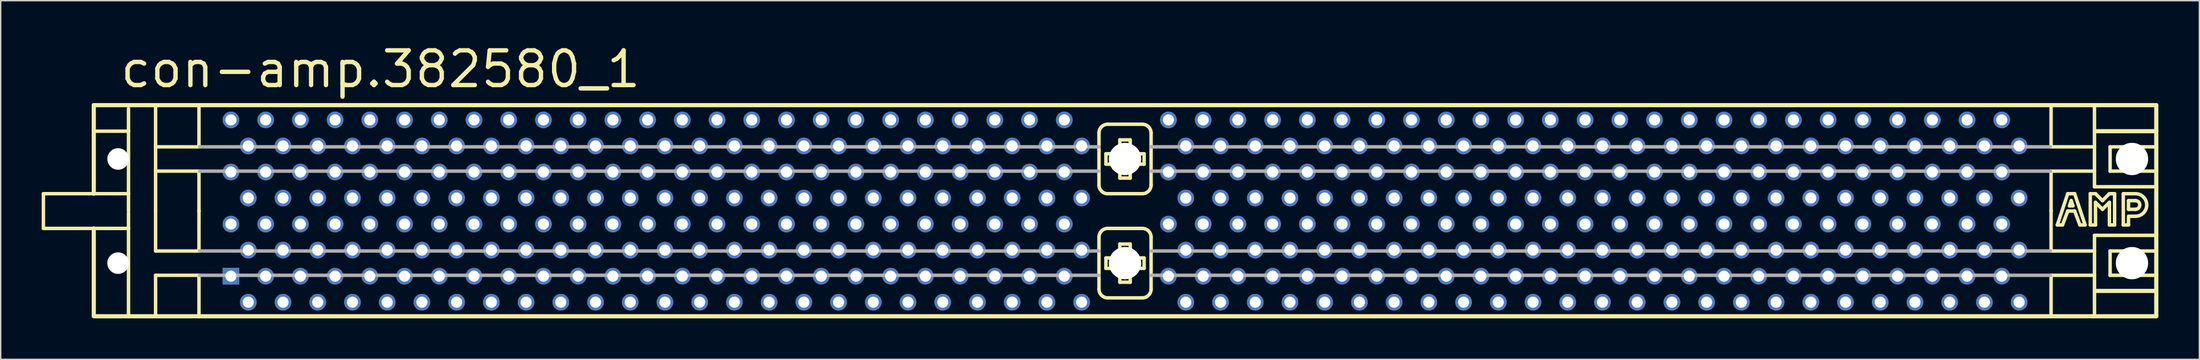
<source format=kicad_pcb>
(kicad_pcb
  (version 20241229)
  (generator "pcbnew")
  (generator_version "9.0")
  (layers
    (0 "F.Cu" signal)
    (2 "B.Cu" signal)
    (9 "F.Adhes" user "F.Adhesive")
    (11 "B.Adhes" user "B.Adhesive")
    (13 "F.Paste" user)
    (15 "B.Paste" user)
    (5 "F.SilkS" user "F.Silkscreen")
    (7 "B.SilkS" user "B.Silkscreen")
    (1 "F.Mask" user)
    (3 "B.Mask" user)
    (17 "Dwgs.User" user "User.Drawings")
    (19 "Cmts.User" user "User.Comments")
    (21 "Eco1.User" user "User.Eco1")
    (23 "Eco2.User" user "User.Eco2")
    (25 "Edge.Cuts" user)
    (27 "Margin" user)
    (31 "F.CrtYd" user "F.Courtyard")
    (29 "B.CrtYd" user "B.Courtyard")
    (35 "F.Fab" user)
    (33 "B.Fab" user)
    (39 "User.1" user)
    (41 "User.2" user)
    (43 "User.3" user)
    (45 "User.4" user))
  (footprint "con-amp.382580_1"
    (layer "F.Cu")
    (at 79.248 12.39)
    (property "Reference" "con-amp.382580_1" (at -73.66 -8.89 0) (layer "F.SilkS") (effects (font (size 2.54 2.54) (thickness 0.32)) (justify left bottom)))
    (attr through_hole)
    (fp_line (start -79.121 -1.27) (end -79.121 1.27) (stroke (width 0.254) (type default)) (layer "F.SilkS"))
    (fp_line (start -79.121 1.27) (end -75.438 1.27) (stroke (width 0.254) (type default)) (layer "F.SilkS"))
    (fp_line (start -75.438 -7.747) (end -75.438 -1.27) (stroke (width 0.305) (type default)) (layer "F.SilkS"))
    (fp_line (start -75.438 -7.747) (end 75.438 -7.747) (stroke (width 0.305) (type default)) (layer "F.SilkS"))
    (fp_line (start -75.438 -1.27) (end -79.121 -1.27) (stroke (width 0.254) (type default)) (layer "F.SilkS"))
    (fp_line (start -75.438 -1.27) (end -72.898 -1.27) (stroke (width 0.254) (type default)) (layer "F.SilkS"))
    (fp_line (start -75.438 1.27) (end -75.438 7.62) (stroke (width 0.305) (type default)) (layer "F.SilkS"))
    (fp_line (start -75.438 1.27) (end -72.898 1.27) (stroke (width 0.254) (type default)) (layer "F.SilkS"))
    (fp_line (start -75.311 -5.842) (end -72.898 -5.842) (stroke (width 0.254) (type default)) (layer "F.SilkS"))
    (fp_line (start -72.898 -7.493) (end -72.898 -5.842) (stroke (width 0.254) (type default)) (layer "F.SilkS"))
    (fp_line (start -72.898 -5.842) (end -72.898 -1.27) (stroke (width 0.254) (type default)) (layer "F.SilkS"))
    (fp_line (start -72.898 -1.27) (end -72.898 0) (stroke (width 0.254) (type default)) (layer "F.SilkS"))
    (fp_line (start -72.898 0.127) (end -72.898 1.27) (stroke (width 0.254) (type default)) (layer "F.SilkS"))
    (fp_line (start -72.898 1.27) (end -72.898 7.62) (stroke (width 0.254) (type default)) (layer "F.SilkS"))
    (fp_line (start -70.917 -7.671) (end -70.917 -4.699) (stroke (width 0.254) (type default)) (layer "F.SilkS"))
    (fp_line (start -70.917 -4.699) (end -70.917 -2.921) (stroke (width 0.254) (type default)) (layer "F.SilkS"))
    (fp_line (start -70.917 -4.699) (end -67.818 -4.699) (stroke (width 0.254) (type default)) (layer "F.SilkS"))
    (fp_line (start -70.917 -2.921) (end -70.917 0) (stroke (width 0.254) (type default)) (layer "F.SilkS"))
    (fp_line (start -70.917 -2.921) (end -67.818 -2.921) (stroke (width 0.254) (type default)) (layer "F.SilkS"))
    (fp_line (start -70.917 -0.051) (end -70.917 0) (stroke (width 0.254) (type default)) (layer "F.SilkS"))
    (fp_line (start -70.917 0) (end -70.917 2.921) (stroke (width 0.254) (type default)) (layer "F.SilkS"))
    (fp_line (start -70.917 2.921) (end -67.818 2.921) (stroke (width 0.254) (type default)) (layer "F.SilkS"))
    (fp_line (start -70.917 4.699) (end -70.917 7.62) (stroke (width 0.254) (type default)) (layer "F.SilkS"))
    (fp_line (start -70.917 4.699) (end -67.818 4.699) (stroke (width 0.254) (type default)) (layer "F.SilkS"))
    (fp_line (start -67.742 -7.671) (end -67.742 -4.699) (stroke (width 0.254) (type default)) (layer "F.SilkS"))
    (fp_line (start -67.742 -2.921) (end -67.742 0) (stroke (width 0.254) (type default)) (layer "F.SilkS"))
    (fp_line (start -67.742 -0.051) (end -67.742 0) (stroke (width 0.254) (type default)) (layer "F.SilkS"))
    (fp_line (start -67.742 0) (end -67.742 2.921) (stroke (width 0.254) (type default)) (layer "F.SilkS"))
    (fp_line (start -67.742 4.699) (end -67.742 7.62) (stroke (width 0.254) (type default)) (layer "F.SilkS"))
    (fp_line (start -1.905 -5.715) (end -1.905 -1.905) (stroke (width 0.254) (type default)) (layer "F.SilkS"))
    (fp_line (start -1.905 1.905) (end -1.905 5.715) (stroke (width 0.254) (type default)) (layer "F.SilkS"))
    (fp_line (start -1.397 -4.191) (end -1.397 -3.429) (stroke (width 0.254) (type default)) (layer "F.SilkS"))
    (fp_line (start -1.397 -3.429) (end -0.381 -3.429) (stroke (width 0.254) (type default)) (layer "F.SilkS"))
    (fp_line (start -1.397 3.429) (end -1.397 4.191) (stroke (width 0.254) (type default)) (layer "F.SilkS"))
    (fp_line (start -1.397 4.191) (end -0.381 4.191) (stroke (width 0.254) (type default)) (layer "F.SilkS"))
    (fp_line (start -1.27 -1.27) (end 1.27 -1.27) (stroke (width 0.254) (type default)) (layer "F.SilkS"))
    (fp_line (start -1.27 6.35) (end 1.27 6.35) (stroke (width 0.254) (type default)) (layer "F.SilkS"))
    (fp_line (start -0.381 -5.207) (end -0.381 -4.191) (stroke (width 0.254) (type default)) (layer "F.SilkS"))
    (fp_line (start -0.381 -4.191) (end -1.397 -4.191) (stroke (width 0.254) (type default)) (layer "F.SilkS"))
    (fp_line (start -0.381 -3.429) (end -0.381 -2.413) (stroke (width 0.254) (type default)) (layer "F.SilkS"))
    (fp_line (start -0.381 -2.413) (end 0.381 -2.413) (stroke (width 0.254) (type default)) (layer "F.SilkS"))
    (fp_line (start -0.381 2.413) (end -0.381 3.429) (stroke (width 0.254) (type default)) (layer "F.SilkS"))
    (fp_line (start -0.381 3.429) (end -1.397 3.429) (stroke (width 0.254) (type default)) (layer "F.SilkS"))
    (fp_line (start -0.381 4.191) (end -0.381 5.207) (stroke (width 0.254) (type default)) (layer "F.SilkS"))
    (fp_line (start -0.381 5.207) (end 0.381 5.207) (stroke (width 0.254) (type default)) (layer "F.SilkS"))
    (fp_line (start 0.381 -5.207) (end -0.381 -5.207) (stroke (width 0.254) (type default)) (layer "F.SilkS"))
    (fp_line (start 0.381 -4.191) (end 0.381 -5.207) (stroke (width 0.254) (type default)) (layer "F.SilkS"))
    (fp_line (start 0.381 -3.429) (end 1.397 -3.429) (stroke (width 0.254) (type default)) (layer "F.SilkS"))
    (fp_line (start 0.381 -2.413) (end 0.381 -3.429) (stroke (width 0.254) (type default)) (layer "F.SilkS"))
    (fp_line (start 0.381 2.413) (end -0.381 2.413) (stroke (width 0.254) (type default)) (layer "F.SilkS"))
    (fp_line (start 0.381 3.429) (end 0.381 2.413) (stroke (width 0.254) (type default)) (layer "F.SilkS"))
    (fp_line (start 0.381 4.191) (end 1.397 4.191) (stroke (width 0.254) (type default)) (layer "F.SilkS"))
    (fp_line (start 0.381 5.207) (end 0.381 4.191) (stroke (width 0.254) (type default)) (layer "F.SilkS"))
    (fp_line (start 1.27 -6.35) (end -1.27 -6.35) (stroke (width 0.254) (type default)) (layer "F.SilkS"))
    (fp_line (start 1.27 1.27) (end -1.27 1.27) (stroke (width 0.254) (type default)) (layer "F.SilkS"))
    (fp_line (start 1.397 -4.191) (end 0.381 -4.191) (stroke (width 0.254) (type default)) (layer "F.SilkS"))
    (fp_line (start 1.397 -3.429) (end 1.397 -4.191) (stroke (width 0.254) (type default)) (layer "F.SilkS"))
    (fp_line (start 1.397 3.429) (end 0.381 3.429) (stroke (width 0.254) (type default)) (layer "F.SilkS"))
    (fp_line (start 1.397 4.191) (end 1.397 3.429) (stroke (width 0.254) (type default)) (layer "F.SilkS"))
    (fp_line (start 1.905 -1.905) (end 1.905 -5.715) (stroke (width 0.254) (type default)) (layer "F.SilkS"))
    (fp_line (start 1.905 5.715) (end 1.905 1.905) (stroke (width 0.254) (type default)) (layer "F.SilkS"))
    (fp_line (start 67.742 -7.671) (end 67.742 -4.699) (stroke (width 0.254) (type default)) (layer "F.SilkS"))
    (fp_line (start 67.742 -2.921) (end 67.742 0) (stroke (width 0.254) (type default)) (layer "F.SilkS"))
    (fp_line (start 67.742 -0.051) (end 67.742 0) (stroke (width 0.254) (type default)) (layer "F.SilkS"))
    (fp_line (start 67.742 0) (end 67.742 2.921) (stroke (width 0.254) (type default)) (layer "F.SilkS"))
    (fp_line (start 67.742 4.699) (end 67.742 7.62) (stroke (width 0.254) (type default)) (layer "F.SilkS"))
    (fp_line (start 68.199 1.016) (end 68.961 -1.27) (stroke (width 0.254) (type default)) (layer "F.SilkS"))
    (fp_line (start 68.58 1.016) (end 68.199 1.016) (stroke (width 0.254) (type default)) (layer "F.SilkS"))
    (fp_line (start 68.961 -1.27) (end 69.469 -1.27) (stroke (width 0.254) (type default)) (layer "F.SilkS"))
    (fp_line (start 68.961 0) (end 68.58 1.016) (stroke (width 0.254) (type default)) (layer "F.SilkS"))
    (fp_line (start 69.088 -0.381) (end 69.342 -0.381) (stroke (width 0.254) (type default)) (layer "F.SilkS"))
    (fp_line (start 69.215 -0.762) (end 69.088 -0.381) (stroke (width 0.254) (type default)) (layer "F.SilkS"))
    (fp_line (start 69.342 -0.381) (end 69.215 -0.762) (stroke (width 0.254) (type default)) (layer "F.SilkS"))
    (fp_line (start 69.469 -1.27) (end 70.231 1.016) (stroke (width 0.254) (type default)) (layer "F.SilkS"))
    (fp_line (start 69.469 0) (end 68.961 0) (stroke (width 0.254) (type default)) (layer "F.SilkS"))
    (fp_line (start 69.85 1.016) (end 69.469 0) (stroke (width 0.254) (type default)) (layer "F.SilkS"))
    (fp_line (start 70.231 1.016) (end 69.85 1.016) (stroke (width 0.254) (type default)) (layer "F.SilkS"))
    (fp_line (start 70.612 -1.27) (end 70.993 -1.27) (stroke (width 0.254) (type default)) (layer "F.SilkS"))
    (fp_line (start 70.612 1.016) (end 70.612 -1.27) (stroke (width 0.254) (type default)) (layer "F.SilkS"))
    (fp_line (start 70.917 -7.671) (end 70.917 -4.699) (stroke (width 0.254) (type default)) (layer "F.SilkS"))
    (fp_line (start 70.917 -4.699) (end 67.818 -4.699) (stroke (width 0.254) (type default)) (layer "F.SilkS"))
    (fp_line (start 70.917 -4.699) (end 70.917 -2.921) (stroke (width 0.254) (type default)) (layer "F.SilkS"))
    (fp_line (start 70.917 -2.921) (end 67.818 -2.921) (stroke (width 0.254) (type default)) (layer "F.SilkS"))
    (fp_line (start 70.917 -2.921) (end 70.917 -1.778) (stroke (width 0.254) (type default)) (layer "F.SilkS"))
    (fp_line (start 70.917 1.778) (end 70.917 2.921) (stroke (width 0.254) (type default)) (layer "F.SilkS"))
    (fp_line (start 70.917 2.921) (end 67.818 2.921) (stroke (width 0.254) (type default)) (layer "F.SilkS"))
    (fp_line (start 70.917 2.921) (end 70.917 4.699) (stroke (width 0.254) (type default)) (layer "F.SilkS"))
    (fp_line (start 70.917 4.699) (end 67.818 4.699) (stroke (width 0.254) (type default)) (layer "F.SilkS"))
    (fp_line (start 70.917 4.699) (end 70.917 7.62) (stroke (width 0.254) (type default)) (layer "F.SilkS"))
    (fp_line (start 70.993 -1.27) (end 71.501 -0.762) (stroke (width 0.254) (type default)) (layer "F.SilkS"))
    (fp_line (start 70.993 -0.635) (end 70.993 1.016) (stroke (width 0.254) (type default)) (layer "F.SilkS"))
    (fp_line (start 70.993 1.016) (end 70.612 1.016) (stroke (width 0.254) (type default)) (layer "F.SilkS"))
    (fp_line (start 71.501 -0.762) (end 72.009 -1.27) (stroke (width 0.254) (type default)) (layer "F.SilkS"))
    (fp_line (start 71.501 -0.127) (end 70.993 -0.635) (stroke (width 0.254) (type default)) (layer "F.SilkS"))
    (fp_line (start 72.009 -1.27) (end 72.39 -1.27) (stroke (width 0.254) (type default)) (layer "F.SilkS"))
    (fp_line (start 72.009 -0.635) (end 71.501 -0.127) (stroke (width 0.254) (type default)) (layer "F.SilkS"))
    (fp_line (start 72.009 1.016) (end 72.009 -0.635) (stroke (width 0.254) (type default)) (layer "F.SilkS"))
    (fp_line (start 72.06 -4.699) (end 72.06 -2.921) (stroke (width 0.254) (type default)) (layer "F.SilkS"))
    (fp_line (start 72.06 2.921) (end 72.06 4.699) (stroke (width 0.254) (type default)) (layer "F.SilkS"))
    (fp_line (start 72.39 -1.27) (end 72.39 1.016) (stroke (width 0.254) (type default)) (layer "F.SilkS"))
    (fp_line (start 72.39 1.016) (end 72.009 1.016) (stroke (width 0.254) (type default)) (layer "F.SilkS"))
    (fp_line (start 73.025 -1.27) (end 73.914 -1.27) (stroke (width 0.254) (type default)) (layer "F.SilkS"))
    (fp_line (start 73.025 1.016) (end 73.025 -1.27) (stroke (width 0.254) (type default)) (layer "F.SilkS"))
    (fp_line (start 73.025 1.016) (end 73.406 1.016) (stroke (width 0.254) (type default)) (layer "F.SilkS"))
    (fp_line (start 73.406 -0.762) (end 73.914 -0.762) (stroke (width 0.254) (type default)) (layer "F.SilkS"))
    (fp_line (start 73.406 -0.127) (end 73.406 -0.762) (stroke (width 0.254) (type default)) (layer "F.SilkS"))
    (fp_line (start 73.406 0.381) (end 73.914 0.381) (stroke (width 0.254) (type default)) (layer "F.SilkS"))
    (fp_line (start 73.406 1.016) (end 73.406 0.508) (stroke (width 0.254) (type default)) (layer "F.SilkS"))
    (fp_line (start 73.914 -0.127) (end 73.406 -0.127) (stroke (width 0.254) (type default)) (layer "F.SilkS"))
    (fp_line (start 75.438 -7.747) (end 75.438 -5.842) (stroke (width 0.305) (type default)) (layer "F.SilkS"))
    (fp_line (start 75.438 -5.842) (end 70.993 -5.842) (stroke (width 0.305) (type default)) (layer "F.SilkS"))
    (fp_line (start 75.438 -5.842) (end 75.438 -4.699) (stroke (width 0.305) (type default)) (layer "F.SilkS"))
    (fp_line (start 75.438 -4.699) (end 72.06 -4.699) (stroke (width 0.254) (type default)) (layer "F.SilkS"))
    (fp_line (start 75.438 -4.699) (end 75.438 -2.921) (stroke (width 0.305) (type default)) (layer "F.SilkS"))
    (fp_line (start 75.438 -2.921) (end 72.06 -2.921) (stroke (width 0.254) (type default)) (layer "F.SilkS"))
    (fp_line (start 75.438 -2.921) (end 75.438 -1.778) (stroke (width 0.305) (type default)) (layer "F.SilkS"))
    (fp_line (start 75.438 -1.778) (end 70.917 -1.778) (stroke (width 0.254) (type default)) (layer "F.SilkS"))
    (fp_line (start 75.438 -1.778) (end 75.438 1.778) (stroke (width 0.305) (type default)) (layer "F.SilkS"))
    (fp_line (start 75.438 1.778) (end 70.917 1.778) (stroke (width 0.254) (type default)) (layer "F.SilkS"))
    (fp_line (start 75.438 1.778) (end 75.438 2.921) (stroke (width 0.305) (type default)) (layer "F.SilkS"))
    (fp_line (start 75.438 2.921) (end 72.06 2.921) (stroke (width 0.254) (type default)) (layer "F.SilkS"))
    (fp_line (start 75.438 2.921) (end 75.438 4.699) (stroke (width 0.305) (type default)) (layer "F.SilkS"))
    (fp_line (start 75.438 4.699) (end 72.06 4.699) (stroke (width 0.254) (type default)) (layer "F.SilkS"))
    (fp_line (start 75.438 4.699) (end 75.438 5.842) (stroke (width 0.305) (type default)) (layer "F.SilkS"))
    (fp_line (start 75.438 5.842) (end 70.993 5.842) (stroke (width 0.305) (type default)) (layer "F.SilkS"))
    (fp_line (start 75.438 5.842) (end 75.438 7.696) (stroke (width 0.305) (type default)) (layer "F.SilkS"))
    (fp_line (start 75.438 7.696) (end -75.438 7.696) (stroke (width 0.305) (type default)) (layer "F.SilkS"))
    (fp_arc (start -1.905 -5.715) (mid -1.719013 -6.164013) (end -1.27 -6.35) (stroke (width 0.254) (type default)) (layer "F.SilkS"))
    (fp_arc (start -1.905 1.905) (mid -1.719013 1.455987) (end -1.27 1.27) (stroke (width 0.254) (type default)) (layer "F.SilkS"))
    (fp_arc (start -1.27 -1.27) (mid -1.719013 -1.455987) (end -1.905 -1.905) (stroke (width 0.254) (type default)) (layer "F.SilkS"))
    (fp_arc (start -1.27 6.35) (mid -1.719013 6.164013) (end -1.905 5.715) (stroke (width 0.254) (type default)) (layer "F.SilkS"))
    (fp_arc (start 1.27 -6.35) (mid 1.719013 -6.164013) (end 1.905 -5.715) (stroke (width 0.254) (type default)) (layer "F.SilkS"))
    (fp_arc (start 1.27 1.27) (mid 1.719013 1.455987) (end 1.905 1.905) (stroke (width 0.254) (type default)) (layer "F.SilkS"))
    (fp_arc (start 1.905 -1.905) (mid 1.719013 -1.455987) (end 1.27 -1.27) (stroke (width 0.254) (type default)) (layer "F.SilkS"))
    (fp_arc (start 1.905 5.715) (mid 1.719013 6.164013) (end 1.27 6.35) (stroke (width 0.254) (type default)) (layer "F.SilkS"))
    (fp_arc (start 73.914 -1.27) (mid 74.7395 -0.4445) (end 73.914 0.381) (stroke (width 0.254) (type default)) (layer "F.SilkS"))
    (fp_arc (start 73.914 -0.762) (mid 74.2315 -0.4445) (end 73.914 -0.127) (stroke (width 0.254) (type default)) (layer "F.SilkS"))
    (fp_line (start -67.691 -4.699) (end -1.905 -4.699) (stroke (width 0.254) (type default)) (layer "F.Fab"))
    (fp_line (start -67.691 -2.921) (end -1.905 -2.921) (stroke (width 0.254) (type default)) (layer "F.Fab"))
    (fp_line (start -67.691 2.921) (end -1.905 2.921) (stroke (width 0.254) (type default)) (layer "F.Fab"))
    (fp_line (start -67.691 4.699) (end -1.905 4.699) (stroke (width 0.254) (type default)) (layer "F.Fab"))
    (fp_line (start 1.905 -4.699) (end 67.691 -4.699) (stroke (width 0.254) (type default)) (layer "F.Fab"))
    (fp_line (start 1.905 -2.921) (end 67.691 -2.921) (stroke (width 0.254) (type default)) (layer "F.Fab"))
    (fp_line (start 1.905 2.921) (end 67.691 2.921) (stroke (width 0.254) (type default)) (layer "F.Fab"))
    (fp_line (start 1.905 4.699) (end 67.691 4.699) (stroke (width 0.254) (type default)) (layer "F.Fab"))
    (pad "" np_thru_hole circle (at -73.66 -3.81) (size 1.575 1.575) (drill 1.575) (layers "*.Cu" "*.Mask"))
    (pad "" np_thru_hole circle (at -73.66 3.81) (size 1.575 1.575) (drill 1.575) (layers "*.Cu" "*.Mask"))
    (pad "" np_thru_hole circle (at 0 -3.81) (size 2.362 2.362) (drill 2.362) (layers "*.Cu" "*.Mask"))
    (pad "" np_thru_hole circle (at 0 3.81) (size 2.362 2.362) (drill 2.362) (layers "*.Cu" "*.Mask"))
    (pad "" np_thru_hole circle (at 73.66 -3.81) (size 2.362 2.362) (drill 2.362) (layers "*.Cu" "*.Mask"))
    (pad "" np_thru_hole circle (at 73.66 3.81) (size 2.362 2.362) (drill 2.362) (layers "*.Cu" "*.Mask"))
    (pad "1" thru_hole rect (at -65.405 4.763) (size 1.219 1.219) (drill 0.813) (layers "*.Cu" "*.Mask"))
    (pad "2" thru_hole circle (at -64.135 6.668) (size 1.219 1.219) (drill 0.813) (layers "*.Cu" "*.Mask"))
    (pad "3" thru_hole circle (at -62.865 4.763) (size 1.219 1.219) (drill 0.813) (layers "*.Cu" "*.Mask"))
    (pad "4" thru_hole circle (at -61.595 6.668) (size 1.219 1.219) (drill 0.813) (layers "*.Cu" "*.Mask"))
    (pad "5" thru_hole circle (at -60.325 4.763) (size 1.219 1.219) (drill 0.813) (layers "*.Cu" "*.Mask"))
    (pad "6" thru_hole circle (at -59.055 6.668) (size 1.219 1.219) (drill 0.813) (layers "*.Cu" "*.Mask"))
    (pad "7" thru_hole circle (at -57.785 4.763) (size 1.219 1.219) (drill 0.813) (layers "*.Cu" "*.Mask"))
    (pad "8" thru_hole circle (at -56.515 6.668) (size 1.219 1.219) (drill 0.813) (layers "*.Cu" "*.Mask"))
    (pad "9" thru_hole circle (at -55.245 4.763) (size 1.219 1.219) (drill 0.813) (layers "*.Cu" "*.Mask"))
    (pad "10" thru_hole circle (at -53.975 6.668) (size 1.219 1.219) (drill 0.813) (layers "*.Cu" "*.Mask"))
    (pad "11" thru_hole circle (at -52.705 4.763) (size 1.219 1.219) (drill 0.813) (layers "*.Cu" "*.Mask"))
    (pad "12" thru_hole circle (at -51.435 6.668) (size 1.219 1.219) (drill 0.813) (layers "*.Cu" "*.Mask"))
    (pad "13" thru_hole circle (at -50.165 4.763) (size 1.219 1.219) (drill 0.813) (layers "*.Cu" "*.Mask"))
    (pad "14" thru_hole circle (at -48.895 6.668) (size 1.219 1.219) (drill 0.813) (layers "*.Cu" "*.Mask"))
    (pad "15" thru_hole circle (at -47.625 4.763) (size 1.219 1.219) (drill 0.813) (layers "*.Cu" "*.Mask"))
    (pad "16" thru_hole circle (at -46.355 6.668) (size 1.219 1.219) (drill 0.813) (layers "*.Cu" "*.Mask"))
    (pad "17" thru_hole circle (at -45.085 4.763) (size 1.219 1.219) (drill 0.813) (layers "*.Cu" "*.Mask"))
    (pad "18" thru_hole circle (at -43.815 6.668) (size 1.219 1.219) (drill 0.813) (layers "*.Cu" "*.Mask"))
    (pad "19" thru_hole circle (at -42.545 4.763) (size 1.219 1.219) (drill 0.813) (layers "*.Cu" "*.Mask"))
    (pad "20" thru_hole circle (at -41.275 6.668) (size 1.219 1.219) (drill 0.813) (layers "*.Cu" "*.Mask"))
    (pad "21" thru_hole circle (at -40.005 4.763) (size 1.219 1.219) (drill 0.813) (layers "*.Cu" "*.Mask"))
    (pad "22" thru_hole circle (at -38.735 6.668) (size 1.219 1.219) (drill 0.813) (layers "*.Cu" "*.Mask"))
    (pad "23" thru_hole circle (at -37.465 4.763) (size 1.219 1.219) (drill 0.813) (layers "*.Cu" "*.Mask"))
    (pad "24" thru_hole circle (at -36.195 6.668) (size 1.219 1.219) (drill 0.813) (layers "*.Cu" "*.Mask"))
    (pad "25" thru_hole circle (at -34.925 4.763) (size 1.219 1.219) (drill 0.813) (layers "*.Cu" "*.Mask"))
    (pad "26" thru_hole circle (at -33.655 6.668) (size 1.219 1.219) (drill 0.813) (layers "*.Cu" "*.Mask"))
    (pad "27" thru_hole circle (at -32.385 4.763) (size 1.219 1.219) (drill 0.813) (layers "*.Cu" "*.Mask"))
    (pad "28" thru_hole circle (at -31.115 6.668) (size 1.219 1.219) (drill 0.813) (layers "*.Cu" "*.Mask"))
    (pad "29" thru_hole circle (at -29.845 4.763) (size 1.219 1.219) (drill 0.813) (layers "*.Cu" "*.Mask"))
    (pad "30" thru_hole circle (at -28.575 6.668) (size 1.219 1.219) (drill 0.813) (layers "*.Cu" "*.Mask"))
    (pad "31" thru_hole circle (at -27.305 4.763) (size 1.219 1.219) (drill 0.813) (layers "*.Cu" "*.Mask"))
    (pad "32" thru_hole circle (at -26.035 6.668) (size 1.219 1.219) (drill 0.813) (layers "*.Cu" "*.Mask"))
    (pad "33" thru_hole circle (at -24.765 4.763) (size 1.219 1.219) (drill 0.813) (layers "*.Cu" "*.Mask"))
    (pad "34" thru_hole circle (at -23.495 6.668) (size 1.219 1.219) (drill 0.813) (layers "*.Cu" "*.Mask"))
    (pad "35" thru_hole circle (at -22.225 4.763) (size 1.219 1.219) (drill 0.813) (layers "*.Cu" "*.Mask"))
    (pad "36" thru_hole circle (at -20.955 6.668) (size 1.219 1.219) (drill 0.813) (layers "*.Cu" "*.Mask"))
    (pad "37" thru_hole circle (at -19.685 4.763) (size 1.219 1.219) (drill 0.813) (layers "*.Cu" "*.Mask"))
    (pad "38" thru_hole circle (at -18.415 6.668) (size 1.219 1.219) (drill 0.813) (layers "*.Cu" "*.Mask"))
    (pad "39" thru_hole circle (at -17.145 4.763) (size 1.219 1.219) (drill 0.813) (layers "*.Cu" "*.Mask"))
    (pad "40" thru_hole circle (at -15.875 6.668) (size 1.219 1.219) (drill 0.813) (layers "*.Cu" "*.Mask"))
    (pad "41" thru_hole circle (at -14.605 4.763) (size 1.219 1.219) (drill 0.813) (layers "*.Cu" "*.Mask"))
    (pad "42" thru_hole circle (at -13.335 6.668) (size 1.219 1.219) (drill 0.813) (layers "*.Cu" "*.Mask"))
    (pad "43" thru_hole circle (at -12.065 4.763) (size 1.219 1.219) (drill 0.813) (layers "*.Cu" "*.Mask"))
    (pad "44" thru_hole circle (at -10.795 6.668) (size 1.219 1.219) (drill 0.813) (layers "*.Cu" "*.Mask"))
    (pad "45" thru_hole circle (at -9.525 4.763) (size 1.219 1.219) (drill 0.813) (layers "*.Cu" "*.Mask"))
    (pad "46" thru_hole circle (at -8.255 6.668) (size 1.219 1.219) (drill 0.813) (layers "*.Cu" "*.Mask"))
    (pad "47" thru_hole circle (at -6.985 4.763) (size 1.219 1.219) (drill 0.813) (layers "*.Cu" "*.Mask"))
    (pad "48" thru_hole circle (at -5.715 6.668) (size 1.219 1.219) (drill 0.813) (layers "*.Cu" "*.Mask"))
    (pad "49" thru_hole circle (at -4.445 4.763) (size 1.219 1.219) (drill 0.813) (layers "*.Cu" "*.Mask"))
    (pad "50" thru_hole circle (at -3.175 6.668) (size 1.219 1.219) (drill 0.813) (layers "*.Cu" "*.Mask"))
    (pad "51" thru_hole circle (at 3.175 4.763) (size 1.219 1.219) (drill 0.813) (layers "*.Cu" "*.Mask"))
    (pad "52" thru_hole circle (at 4.445 6.668) (size 1.219 1.219) (drill 0.813) (layers "*.Cu" "*.Mask"))
    (pad "53" thru_hole circle (at 5.715 4.763) (size 1.219 1.219) (drill 0.813) (layers "*.Cu" "*.Mask"))
    (pad "54" thru_hole circle (at 6.985 6.668) (size 1.219 1.219) (drill 0.813) (layers "*.Cu" "*.Mask"))
    (pad "55" thru_hole circle (at 8.255 4.763) (size 1.219 1.219) (drill 0.813) (layers "*.Cu" "*.Mask"))
    (pad "56" thru_hole circle (at 9.525 6.668) (size 1.219 1.219) (drill 0.813) (layers "*.Cu" "*.Mask"))
    (pad "57" thru_hole circle (at 10.795 4.763) (size 1.219 1.219) (drill 0.813) (layers "*.Cu" "*.Mask"))
    (pad "58" thru_hole circle (at 12.065 6.668) (size 1.219 1.219) (drill 0.813) (layers "*.Cu" "*.Mask"))
    (pad "59" thru_hole circle (at 13.335 4.763) (size 1.219 1.219) (drill 0.813) (layers "*.Cu" "*.Mask"))
    (pad "60" thru_hole circle (at 14.605 6.668) (size 1.219 1.219) (drill 0.813) (layers "*.Cu" "*.Mask"))
    (pad "61" thru_hole circle (at 15.875 4.763) (size 1.219 1.219) (drill 0.813) (layers "*.Cu" "*.Mask"))
    (pad "62" thru_hole circle (at 17.145 6.668) (size 1.219 1.219) (drill 0.813) (layers "*.Cu" "*.Mask"))
    (pad "63" thru_hole circle (at 18.415 4.763) (size 1.219 1.219) (drill 0.813) (layers "*.Cu" "*.Mask"))
    (pad "64" thru_hole circle (at 19.685 6.668) (size 1.219 1.219) (drill 0.813) (layers "*.Cu" "*.Mask"))
    (pad "65" thru_hole circle (at 20.955 4.763) (size 1.219 1.219) (drill 0.813) (layers "*.Cu" "*.Mask"))
    (pad "66" thru_hole circle (at 22.225 6.668) (size 1.219 1.219) (drill 0.813) (layers "*.Cu" "*.Mask"))
    (pad "67" thru_hole circle (at 23.495 4.763) (size 1.219 1.219) (drill 0.813) (layers "*.Cu" "*.Mask"))
    (pad "68" thru_hole circle (at 24.765 6.668) (size 1.219 1.219) (drill 0.813) (layers "*.Cu" "*.Mask"))
    (pad "69" thru_hole circle (at 26.035 4.763) (size 1.219 1.219) (drill 0.813) (layers "*.Cu" "*.Mask"))
    (pad "70" thru_hole circle (at 27.305 6.668) (size 1.219 1.219) (drill 0.813) (layers "*.Cu" "*.Mask"))
    (pad "71" thru_hole circle (at 28.575 4.763) (size 1.219 1.219) (drill 0.813) (layers "*.Cu" "*.Mask"))
    (pad "72" thru_hole circle (at 29.845 6.668) (size 1.219 1.219) (drill 0.813) (layers "*.Cu" "*.Mask"))
    (pad "73" thru_hole circle (at 31.115 4.763) (size 1.219 1.219) (drill 0.813) (layers "*.Cu" "*.Mask"))
    (pad "74" thru_hole circle (at 32.385 6.668) (size 1.219 1.219) (drill 0.813) (layers "*.Cu" "*.Mask"))
    (pad "75" thru_hole circle (at 33.655 4.763) (size 1.219 1.219) (drill 0.813) (layers "*.Cu" "*.Mask"))
    (pad "76" thru_hole circle (at 34.925 6.668) (size 1.219 1.219) (drill 0.813) (layers "*.Cu" "*.Mask"))
    (pad "77" thru_hole circle (at 36.195 4.763) (size 1.219 1.219) (drill 0.813) (layers "*.Cu" "*.Mask"))
    (pad "78" thru_hole circle (at 37.465 6.668) (size 1.219 1.219) (drill 0.813) (layers "*.Cu" "*.Mask"))
    (pad "79" thru_hole circle (at 38.735 4.763) (size 1.219 1.219) (drill 0.813) (layers "*.Cu" "*.Mask"))
    (pad "80" thru_hole circle (at 40.005 6.668) (size 1.219 1.219) (drill 0.813) (layers "*.Cu" "*.Mask"))
    (pad "81" thru_hole circle (at 41.275 4.763) (size 1.219 1.219) (drill 0.813) (layers "*.Cu" "*.Mask"))
    (pad "82" thru_hole circle (at 42.545 6.668) (size 1.219 1.219) (drill 0.813) (layers "*.Cu" "*.Mask"))
    (pad "83" thru_hole circle (at 43.815 4.763) (size 1.219 1.219) (drill 0.813) (layers "*.Cu" "*.Mask"))
    (pad "84" thru_hole circle (at 45.085 6.668) (size 1.219 1.219) (drill 0.813) (layers "*.Cu" "*.Mask"))
    (pad "85" thru_hole circle (at 46.355 4.763) (size 1.219 1.219) (drill 0.813) (layers "*.Cu" "*.Mask"))
    (pad "86" thru_hole circle (at 47.625 6.668) (size 1.219 1.219) (drill 0.813) (layers "*.Cu" "*.Mask"))
    (pad "87" thru_hole circle (at 48.895 4.763) (size 1.219 1.219) (drill 0.813) (layers "*.Cu" "*.Mask"))
    (pad "88" thru_hole circle (at 50.165 6.668) (size 1.219 1.219) (drill 0.813) (layers "*.Cu" "*.Mask"))
    (pad "89" thru_hole circle (at 51.435 4.763) (size 1.219 1.219) (drill 0.813) (layers "*.Cu" "*.Mask"))
    (pad "90" thru_hole circle (at 52.705 6.668) (size 1.219 1.219) (drill 0.813) (layers "*.Cu" "*.Mask"))
    (pad "91" thru_hole circle (at 53.975 4.763) (size 1.219 1.219) (drill 0.813) (layers "*.Cu" "*.Mask"))
    (pad "92" thru_hole circle (at 55.245 6.668) (size 1.219 1.219) (drill 0.813) (layers "*.Cu" "*.Mask"))
    (pad "93" thru_hole circle (at 56.515 4.763) (size 1.219 1.219) (drill 0.813) (layers "*.Cu" "*.Mask"))
    (pad "94" thru_hole circle (at 57.785 6.668) (size 1.219 1.219) (drill 0.813) (layers "*.Cu" "*.Mask"))
    (pad "95" thru_hole circle (at 59.055 4.763) (size 1.219 1.219) (drill 0.813) (layers "*.Cu" "*.Mask"))
    (pad "96" thru_hole circle (at 60.325 6.668) (size 1.219 1.219) (drill 0.813) (layers "*.Cu" "*.Mask"))
    (pad "97" thru_hole circle (at 61.595 4.763) (size 1.219 1.219) (drill 0.813) (layers "*.Cu" "*.Mask"))
    (pad "98" thru_hole circle (at 62.865 6.668) (size 1.219 1.219) (drill 0.813) (layers "*.Cu" "*.Mask"))
    (pad "99" thru_hole circle (at 64.135 4.763) (size 1.219 1.219) (drill 0.813) (layers "*.Cu" "*.Mask"))
    (pad "100" thru_hole circle (at 65.405 6.668) (size 1.219 1.219) (drill 0.813) (layers "*.Cu" "*.Mask"))
    (pad "101" thru_hole circle (at -65.405 0.953) (size 1.219 1.219) (drill 0.813) (layers "*.Cu" "*.Mask"))
    (pad "102" thru_hole circle (at -64.135 2.857) (size 1.219 1.219) (drill 0.813) (layers "*.Cu" "*.Mask"))
    (pad "103" thru_hole circle (at -62.865 0.953) (size 1.219 1.219) (drill 0.813) (layers "*.Cu" "*.Mask"))
    (pad "104" thru_hole circle (at -61.595 2.857) (size 1.219 1.219) (drill 0.813) (layers "*.Cu" "*.Mask"))
    (pad "105" thru_hole circle (at -60.325 0.953) (size 1.219 1.219) (drill 0.813) (layers "*.Cu" "*.Mask"))
    (pad "106" thru_hole circle (at -59.055 2.857) (size 1.219 1.219) (drill 0.813) (layers "*.Cu" "*.Mask"))
    (pad "107" thru_hole circle (at -57.785 0.953) (size 1.219 1.219) (drill 0.813) (layers "*.Cu" "*.Mask"))
    (pad "108" thru_hole circle (at -56.515 2.857) (size 1.219 1.219) (drill 0.813) (layers "*.Cu" "*.Mask"))
    (pad "109" thru_hole circle (at -55.245 0.953) (size 1.219 1.219) (drill 0.813) (layers "*.Cu" "*.Mask"))
    (pad "110" thru_hole circle (at -53.975 2.857) (size 1.219 1.219) (drill 0.813) (layers "*.Cu" "*.Mask"))
    (pad "111" thru_hole circle (at -52.705 0.953) (size 1.219 1.219) (drill 0.813) (layers "*.Cu" "*.Mask"))
    (pad "112" thru_hole circle (at -51.435 2.857) (size 1.219 1.219) (drill 0.813) (layers "*.Cu" "*.Mask"))
    (pad "113" thru_hole circle (at -50.165 0.953) (size 1.219 1.219) (drill 0.813) (layers "*.Cu" "*.Mask"))
    (pad "114" thru_hole circle (at -48.895 2.857) (size 1.219 1.219) (drill 0.813) (layers "*.Cu" "*.Mask"))
    (pad "115" thru_hole circle (at -47.625 0.953) (size 1.219 1.219) (drill 0.813) (layers "*.Cu" "*.Mask"))
    (pad "116" thru_hole circle (at -46.355 2.857) (size 1.219 1.219) (drill 0.813) (layers "*.Cu" "*.Mask"))
    (pad "117" thru_hole circle (at -45.085 0.953) (size 1.219 1.219) (drill 0.813) (layers "*.Cu" "*.Mask"))
    (pad "118" thru_hole circle (at -43.815 2.857) (size 1.219 1.219) (drill 0.813) (layers "*.Cu" "*.Mask"))
    (pad "119" thru_hole circle (at -42.545 0.953) (size 1.219 1.219) (drill 0.813) (layers "*.Cu" "*.Mask"))
    (pad "120" thru_hole circle (at -41.275 2.857) (size 1.219 1.219) (drill 0.813) (layers "*.Cu" "*.Mask"))
    (pad "121" thru_hole circle (at -40.005 0.953) (size 1.219 1.219) (drill 0.813) (layers "*.Cu" "*.Mask"))
    (pad "122" thru_hole circle (at -38.735 2.857) (size 1.219 1.219) (drill 0.813) (layers "*.Cu" "*.Mask"))
    (pad "123" thru_hole circle (at -37.465 0.953) (size 1.219 1.219) (drill 0.813) (layers "*.Cu" "*.Mask"))
    (pad "124" thru_hole circle (at -36.195 2.857) (size 1.219 1.219) (drill 0.813) (layers "*.Cu" "*.Mask"))
    (pad "125" thru_hole circle (at -34.925 0.953) (size 1.219 1.219) (drill 0.813) (layers "*.Cu" "*.Mask"))
    (pad "126" thru_hole circle (at -33.655 2.857) (size 1.219 1.219) (drill 0.813) (layers "*.Cu" "*.Mask"))
    (pad "127" thru_hole circle (at -32.385 0.953) (size 1.219 1.219) (drill 0.813) (layers "*.Cu" "*.Mask"))
    (pad "128" thru_hole circle (at -31.115 2.857) (size 1.219 1.219) (drill 0.813) (layers "*.Cu" "*.Mask"))
    (pad "129" thru_hole circle (at -29.845 0.953) (size 1.219 1.219) (drill 0.813) (layers "*.Cu" "*.Mask"))
    (pad "130" thru_hole circle (at -28.575 2.857) (size 1.219 1.219) (drill 0.813) (layers "*.Cu" "*.Mask"))
    (pad "131" thru_hole circle (at -27.305 0.953) (size 1.219 1.219) (drill 0.813) (layers "*.Cu" "*.Mask"))
    (pad "132" thru_hole circle (at -26.035 2.857) (size 1.219 1.219) (drill 0.813) (layers "*.Cu" "*.Mask"))
    (pad "133" thru_hole circle (at -24.765 0.953) (size 1.219 1.219) (drill 0.813) (layers "*.Cu" "*.Mask"))
    (pad "134" thru_hole circle (at -23.495 2.857) (size 1.219 1.219) (drill 0.813) (layers "*.Cu" "*.Mask"))
    (pad "135" thru_hole circle (at -22.225 0.953) (size 1.219 1.219) (drill 0.813) (layers "*.Cu" "*.Mask"))
    (pad "136" thru_hole circle (at -20.955 2.857) (size 1.219 1.219) (drill 0.813) (layers "*.Cu" "*.Mask"))
    (pad "137" thru_hole circle (at -19.685 0.953) (size 1.219 1.219) (drill 0.813) (layers "*.Cu" "*.Mask"))
    (pad "138" thru_hole circle (at -18.415 2.857) (size 1.219 1.219) (drill 0.813) (layers "*.Cu" "*.Mask"))
    (pad "139" thru_hole circle (at -17.145 0.953) (size 1.219 1.219) (drill 0.813) (layers "*.Cu" "*.Mask"))
    (pad "140" thru_hole circle (at -15.875 2.857) (size 1.219 1.219) (drill 0.813) (layers "*.Cu" "*.Mask"))
    (pad "141" thru_hole circle (at -14.605 0.953) (size 1.219 1.219) (drill 0.813) (layers "*.Cu" "*.Mask"))
    (pad "142" thru_hole circle (at -13.335 2.857) (size 1.219 1.219) (drill 0.813) (layers "*.Cu" "*.Mask"))
    (pad "143" thru_hole circle (at -12.065 0.953) (size 1.219 1.219) (drill 0.813) (layers "*.Cu" "*.Mask"))
    (pad "144" thru_hole circle (at -10.795 2.857) (size 1.219 1.219) (drill 0.813) (layers "*.Cu" "*.Mask"))
    (pad "145" thru_hole circle (at -9.525 0.953) (size 1.219 1.219) (drill 0.813) (layers "*.Cu" "*.Mask"))
    (pad "146" thru_hole circle (at -8.255 2.857) (size 1.219 1.219) (drill 0.813) (layers "*.Cu" "*.Mask"))
    (pad "147" thru_hole circle (at -6.985 0.953) (size 1.219 1.219) (drill 0.813) (layers "*.Cu" "*.Mask"))
    (pad "148" thru_hole circle (at -5.715 2.857) (size 1.219 1.219) (drill 0.813) (layers "*.Cu" "*.Mask"))
    (pad "149" thru_hole circle (at -4.445 0.953) (size 1.219 1.219) (drill 0.813) (layers "*.Cu" "*.Mask"))
    (pad "150" thru_hole circle (at -3.175 2.857) (size 1.219 1.219) (drill 0.813) (layers "*.Cu" "*.Mask"))
    (pad "151" thru_hole circle (at 3.175 0.953) (size 1.219 1.219) (drill 0.813) (layers "*.Cu" "*.Mask"))
    (pad "152" thru_hole circle (at 4.445 2.857) (size 1.219 1.219) (drill 0.813) (layers "*.Cu" "*.Mask"))
    (pad "153" thru_hole circle (at 5.715 0.953) (size 1.219 1.219) (drill 0.813) (layers "*.Cu" "*.Mask"))
    (pad "154" thru_hole circle (at 6.985 2.857) (size 1.219 1.219) (drill 0.813) (layers "*.Cu" "*.Mask"))
    (pad "155" thru_hole circle (at 8.255 0.953) (size 1.219 1.219) (drill 0.813) (layers "*.Cu" "*.Mask"))
    (pad "156" thru_hole circle (at 9.525 2.857) (size 1.219 1.219) (drill 0.813) (layers "*.Cu" "*.Mask"))
    (pad "157" thru_hole circle (at 10.795 0.953) (size 1.219 1.219) (drill 0.813) (layers "*.Cu" "*.Mask"))
    (pad "158" thru_hole circle (at 12.065 2.857) (size 1.219 1.219) (drill 0.813) (layers "*.Cu" "*.Mask"))
    (pad "159" thru_hole circle (at 13.335 0.953) (size 1.219 1.219) (drill 0.813) (layers "*.Cu" "*.Mask"))
    (pad "160" thru_hole circle (at 14.605 2.857) (size 1.219 1.219) (drill 0.813) (layers "*.Cu" "*.Mask"))
    (pad "161" thru_hole circle (at 15.875 0.953) (size 1.219 1.219) (drill 0.813) (layers "*.Cu" "*.Mask"))
    (pad "162" thru_hole circle (at 17.145 2.857) (size 1.219 1.219) (drill 0.813) (layers "*.Cu" "*.Mask"))
    (pad "163" thru_hole circle (at 18.415 0.953) (size 1.219 1.219) (drill 0.813) (layers "*.Cu" "*.Mask"))
    (pad "164" thru_hole circle (at 19.685 2.857) (size 1.219 1.219) (drill 0.813) (layers "*.Cu" "*.Mask"))
    (pad "165" thru_hole circle (at 20.955 0.953) (size 1.219 1.219) (drill 0.813) (layers "*.Cu" "*.Mask"))
    (pad "166" thru_hole circle (at 22.225 2.857) (size 1.219 1.219) (drill 0.813) (layers "*.Cu" "*.Mask"))
    (pad "167" thru_hole circle (at 23.495 0.953) (size 1.219 1.219) (drill 0.813) (layers "*.Cu" "*.Mask"))
    (pad "168" thru_hole circle (at 24.765 2.857) (size 1.219 1.219) (drill 0.813) (layers "*.Cu" "*.Mask"))
    (pad "169" thru_hole circle (at 26.035 0.953) (size 1.219 1.219) (drill 0.813) (layers "*.Cu" "*.Mask"))
    (pad "170" thru_hole circle (at 27.305 2.857) (size 1.219 1.219) (drill 0.813) (layers "*.Cu" "*.Mask"))
    (pad "171" thru_hole circle (at 28.575 0.953) (size 1.219 1.219) (drill 0.813) (layers "*.Cu" "*.Mask"))
    (pad "172" thru_hole circle (at 29.845 2.857) (size 1.219 1.219) (drill 0.813) (layers "*.Cu" "*.Mask"))
    (pad "173" thru_hole circle (at 31.115 0.953) (size 1.219 1.219) (drill 0.813) (layers "*.Cu" "*.Mask"))
    (pad "174" thru_hole circle (at 32.385 2.857) (size 1.219 1.219) (drill 0.813) (layers "*.Cu" "*.Mask"))
    (pad "175" thru_hole circle (at 33.655 0.953) (size 1.219 1.219) (drill 0.813) (layers "*.Cu" "*.Mask"))
    (pad "176" thru_hole circle (at 34.925 2.857) (size 1.219 1.219) (drill 0.813) (layers "*.Cu" "*.Mask"))
    (pad "177" thru_hole circle (at 36.195 0.953) (size 1.219 1.219) (drill 0.813) (layers "*.Cu" "*.Mask"))
    (pad "178" thru_hole circle (at 37.465 2.857) (size 1.219 1.219) (drill 0.813) (layers "*.Cu" "*.Mask"))
    (pad "179" thru_hole circle (at 38.735 0.953) (size 1.219 1.219) (drill 0.813) (layers "*.Cu" "*.Mask"))
    (pad "180" thru_hole circle (at 40.005 2.857) (size 1.219 1.219) (drill 0.813) (layers "*.Cu" "*.Mask"))
    (pad "181" thru_hole circle (at 41.275 0.953) (size 1.219 1.219) (drill 0.813) (layers "*.Cu" "*.Mask"))
    (pad "182" thru_hole circle (at 42.545 2.857) (size 1.219 1.219) (drill 0.813) (layers "*.Cu" "*.Mask"))
    (pad "183" thru_hole circle (at 43.815 0.953) (size 1.219 1.219) (drill 0.813) (layers "*.Cu" "*.Mask"))
    (pad "184" thru_hole circle (at 45.085 2.857) (size 1.219 1.219) (drill 0.813) (layers "*.Cu" "*.Mask"))
    (pad "185" thru_hole circle (at 46.355 0.953) (size 1.219 1.219) (drill 0.813) (layers "*.Cu" "*.Mask"))
    (pad "186" thru_hole circle (at 47.625 2.857) (size 1.219 1.219) (drill 0.813) (layers "*.Cu" "*.Mask"))
    (pad "187" thru_hole circle (at 48.895 0.953) (size 1.219 1.219) (drill 0.813) (layers "*.Cu" "*.Mask"))
    (pad "188" thru_hole circle (at 50.165 2.857) (size 1.219 1.219) (drill 0.813) (layers "*.Cu" "*.Mask"))
    (pad "189" thru_hole circle (at 51.435 0.953) (size 1.219 1.219) (drill 0.813) (layers "*.Cu" "*.Mask"))
    (pad "190" thru_hole circle (at 52.705 2.857) (size 1.219 1.219) (drill 0.813) (layers "*.Cu" "*.Mask"))
    (pad "191" thru_hole circle (at 53.975 0.953) (size 1.219 1.219) (drill 0.813) (layers "*.Cu" "*.Mask"))
    (pad "192" thru_hole circle (at 55.245 2.857) (size 1.219 1.219) (drill 0.813) (layers "*.Cu" "*.Mask"))
    (pad "193" thru_hole circle (at 56.515 0.953) (size 1.219 1.219) (drill 0.813) (layers "*.Cu" "*.Mask"))
    (pad "194" thru_hole circle (at 57.785 2.857) (size 1.219 1.219) (drill 0.813) (layers "*.Cu" "*.Mask"))
    (pad "195" thru_hole circle (at 59.055 0.953) (size 1.219 1.219) (drill 0.813) (layers "*.Cu" "*.Mask"))
    (pad "196" thru_hole circle (at 60.325 2.857) (size 1.219 1.219) (drill 0.813) (layers "*.Cu" "*.Mask"))
    (pad "197" thru_hole circle (at 61.595 0.953) (size 1.219 1.219) (drill 0.813) (layers "*.Cu" "*.Mask"))
    (pad "198" thru_hole circle (at 62.865 2.857) (size 1.219 1.219) (drill 0.813) (layers "*.Cu" "*.Mask"))
    (pad "199" thru_hole circle (at 64.135 0.953) (size 1.219 1.219) (drill 0.813) (layers "*.Cu" "*.Mask"))
    (pad "200" thru_hole circle (at 65.405 2.857) (size 1.219 1.219) (drill 0.813) (layers "*.Cu" "*.Mask"))
    (pad "201" thru_hole circle (at -65.405 -2.857) (size 1.219 1.219) (drill 0.813) (layers "*.Cu" "*.Mask"))
    (pad "202" thru_hole circle (at -64.135 -0.953) (size 1.219 1.219) (drill 0.813) (layers "*.Cu" "*.Mask"))
    (pad "203" thru_hole circle (at -62.865 -2.857) (size 1.219 1.219) (drill 0.813) (layers "*.Cu" "*.Mask"))
    (pad "204" thru_hole circle (at -61.595 -0.953) (size 1.219 1.219) (drill 0.813) (layers "*.Cu" "*.Mask"))
    (pad "205" thru_hole circle (at -60.325 -2.857) (size 1.219 1.219) (drill 0.813) (layers "*.Cu" "*.Mask"))
    (pad "206" thru_hole circle (at -59.055 -0.953) (size 1.219 1.219) (drill 0.813) (layers "*.Cu" "*.Mask"))
    (pad "207" thru_hole circle (at -57.785 -2.857) (size 1.219 1.219) (drill 0.813) (layers "*.Cu" "*.Mask"))
    (pad "208" thru_hole circle (at -56.515 -0.953) (size 1.219 1.219) (drill 0.813) (layers "*.Cu" "*.Mask"))
    (pad "209" thru_hole circle (at -55.245 -2.857) (size 1.219 1.219) (drill 0.813) (layers "*.Cu" "*.Mask"))
    (pad "210" thru_hole circle (at -53.975 -0.953) (size 1.219 1.219) (drill 0.813) (layers "*.Cu" "*.Mask"))
    (pad "211" thru_hole circle (at -52.705 -2.857) (size 1.219 1.219) (drill 0.813) (layers "*.Cu" "*.Mask"))
    (pad "212" thru_hole circle (at -51.435 -0.953) (size 1.219 1.219) (drill 0.813) (layers "*.Cu" "*.Mask"))
    (pad "213" thru_hole circle (at -50.165 -2.857) (size 1.219 1.219) (drill 0.813) (layers "*.Cu" "*.Mask"))
    (pad "214" thru_hole circle (at -48.895 -0.953) (size 1.219 1.219) (drill 0.813) (layers "*.Cu" "*.Mask"))
    (pad "215" thru_hole circle (at -47.625 -2.857) (size 1.219 1.219) (drill 0.813) (layers "*.Cu" "*.Mask"))
    (pad "216" thru_hole circle (at -46.355 -0.953) (size 1.219 1.219) (drill 0.813) (layers "*.Cu" "*.Mask"))
    (pad "217" thru_hole circle (at -45.085 -2.857) (size 1.219 1.219) (drill 0.813) (layers "*.Cu" "*.Mask"))
    (pad "218" thru_hole circle (at -43.815 -0.953) (size 1.219 1.219) (drill 0.813) (layers "*.Cu" "*.Mask"))
    (pad "219" thru_hole circle (at -42.545 -2.857) (size 1.219 1.219) (drill 0.813) (layers "*.Cu" "*.Mask"))
    (pad "220" thru_hole circle (at -41.275 -0.953) (size 1.219 1.219) (drill 0.813) (layers "*.Cu" "*.Mask"))
    (pad "221" thru_hole circle (at -40.005 -2.857) (size 1.219 1.219) (drill 0.813) (layers "*.Cu" "*.Mask"))
    (pad "222" thru_hole circle (at -38.735 -0.953) (size 1.219 1.219) (drill 0.813) (layers "*.Cu" "*.Mask"))
    (pad "223" thru_hole circle (at -37.465 -2.857) (size 1.219 1.219) (drill 0.813) (layers "*.Cu" "*.Mask"))
    (pad "224" thru_hole circle (at -36.195 -0.953) (size 1.219 1.219) (drill 0.813) (layers "*.Cu" "*.Mask"))
    (pad "225" thru_hole circle (at -34.925 -2.857) (size 1.219 1.219) (drill 0.813) (layers "*.Cu" "*.Mask"))
    (pad "226" thru_hole circle (at -33.655 -0.953) (size 1.219 1.219) (drill 0.813) (layers "*.Cu" "*.Mask"))
    (pad "227" thru_hole circle (at -32.385 -2.857) (size 1.219 1.219) (drill 0.813) (layers "*.Cu" "*.Mask"))
    (pad "228" thru_hole circle (at -31.115 -0.953) (size 1.219 1.219) (drill 0.813) (layers "*.Cu" "*.Mask"))
    (pad "229" thru_hole circle (at -29.845 -2.857) (size 1.219 1.219) (drill 0.813) (layers "*.Cu" "*.Mask"))
    (pad "230" thru_hole circle (at -28.575 -0.953) (size 1.219 1.219) (drill 0.813) (layers "*.Cu" "*.Mask"))
    (pad "231" thru_hole circle (at -27.305 -2.857) (size 1.219 1.219) (drill 0.813) (layers "*.Cu" "*.Mask"))
    (pad "232" thru_hole circle (at -26.035 -0.953) (size 1.219 1.219) (drill 0.813) (layers "*.Cu" "*.Mask"))
    (pad "233" thru_hole circle (at -24.765 -2.857) (size 1.219 1.219) (drill 0.813) (layers "*.Cu" "*.Mask"))
    (pad "234" thru_hole circle (at -23.495 -0.953) (size 1.219 1.219) (drill 0.813) (layers "*.Cu" "*.Mask"))
    (pad "235" thru_hole circle (at -22.225 -2.857) (size 1.219 1.219) (drill 0.813) (layers "*.Cu" "*.Mask"))
    (pad "236" thru_hole circle (at -20.955 -0.953) (size 1.219 1.219) (drill 0.813) (layers "*.Cu" "*.Mask"))
    (pad "237" thru_hole circle (at -19.685 -2.857) (size 1.219 1.219) (drill 0.813) (layers "*.Cu" "*.Mask"))
    (pad "238" thru_hole circle (at -18.415 -0.953) (size 1.219 1.219) (drill 0.813) (layers "*.Cu" "*.Mask"))
    (pad "239" thru_hole circle (at -17.145 -2.857) (size 1.219 1.219) (drill 0.813) (layers "*.Cu" "*.Mask"))
    (pad "240" thru_hole circle (at -15.875 -0.953) (size 1.219 1.219) (drill 0.813) (layers "*.Cu" "*.Mask"))
    (pad "241" thru_hole circle (at -14.605 -2.857) (size 1.219 1.219) (drill 0.813) (layers "*.Cu" "*.Mask"))
    (pad "242" thru_hole circle (at -13.335 -0.953) (size 1.219 1.219) (drill 0.813) (layers "*.Cu" "*.Mask"))
    (pad "243" thru_hole circle (at -12.065 -2.857) (size 1.219 1.219) (drill 0.813) (layers "*.Cu" "*.Mask"))
    (pad "244" thru_hole circle (at -10.795 -0.953) (size 1.219 1.219) (drill 0.813) (layers "*.Cu" "*.Mask"))
    (pad "245" thru_hole circle (at -9.525 -2.857) (size 1.219 1.219) (drill 0.813) (layers "*.Cu" "*.Mask"))
    (pad "246" thru_hole circle (at -8.255 -0.953) (size 1.219 1.219) (drill 0.813) (layers "*.Cu" "*.Mask"))
    (pad "247" thru_hole circle (at -6.985 -2.857) (size 1.219 1.219) (drill 0.813) (layers "*.Cu" "*.Mask"))
    (pad "248" thru_hole circle (at -5.715 -0.953) (size 1.219 1.219) (drill 0.813) (layers "*.Cu" "*.Mask"))
    (pad "249" thru_hole circle (at -4.445 -2.857) (size 1.219 1.219) (drill 0.813) (layers "*.Cu" "*.Mask"))
    (pad "250" thru_hole circle (at -3.175 -0.953) (size 1.219 1.219) (drill 0.813) (layers "*.Cu" "*.Mask"))
    (pad "251" thru_hole circle (at 3.175 -2.857) (size 1.219 1.219) (drill 0.813) (layers "*.Cu" "*.Mask"))
    (pad "252" thru_hole circle (at 4.445 -0.953) (size 1.219 1.219) (drill 0.813) (layers "*.Cu" "*.Mask"))
    (pad "253" thru_hole circle (at 5.715 -2.857) (size 1.219 1.219) (drill 0.813) (layers "*.Cu" "*.Mask"))
    (pad "254" thru_hole circle (at 6.985 -0.953) (size 1.219 1.219) (drill 0.813) (layers "*.Cu" "*.Mask"))
    (pad "255" thru_hole circle (at 8.255 -2.857) (size 1.219 1.219) (drill 0.813) (layers "*.Cu" "*.Mask"))
    (pad "256" thru_hole circle (at 9.525 -0.953) (size 1.219 1.219) (drill 0.813) (layers "*.Cu" "*.Mask"))
    (pad "257" thru_hole circle (at 10.795 -2.857) (size 1.219 1.219) (drill 0.813) (layers "*.Cu" "*.Mask"))
    (pad "258" thru_hole circle (at 12.065 -0.953) (size 1.219 1.219) (drill 0.813) (layers "*.Cu" "*.Mask"))
    (pad "259" thru_hole circle (at 13.335 -2.857) (size 1.219 1.219) (drill 0.813) (layers "*.Cu" "*.Mask"))
    (pad "260" thru_hole circle (at 14.605 -0.953) (size 1.219 1.219) (drill 0.813) (layers "*.Cu" "*.Mask"))
    (pad "261" thru_hole circle (at 15.875 -2.857) (size 1.219 1.219) (drill 0.813) (layers "*.Cu" "*.Mask"))
    (pad "262" thru_hole circle (at 17.145 -0.953) (size 1.219 1.219) (drill 0.813) (layers "*.Cu" "*.Mask"))
    (pad "263" thru_hole circle (at 18.415 -2.857) (size 1.219 1.219) (drill 0.813) (layers "*.Cu" "*.Mask"))
    (pad "264" thru_hole circle (at 19.685 -0.953) (size 1.219 1.219) (drill 0.813) (layers "*.Cu" "*.Mask"))
    (pad "265" thru_hole circle (at 20.955 -2.857) (size 1.219 1.219) (drill 0.813) (layers "*.Cu" "*.Mask"))
    (pad "266" thru_hole circle (at 22.225 -0.953) (size 1.219 1.219) (drill 0.813) (layers "*.Cu" "*.Mask"))
    (pad "267" thru_hole circle (at 23.495 -2.857) (size 1.219 1.219) (drill 0.813) (layers "*.Cu" "*.Mask"))
    (pad "268" thru_hole circle (at 24.765 -0.953) (size 1.219 1.219) (drill 0.813) (layers "*.Cu" "*.Mask"))
    (pad "269" thru_hole circle (at 26.035 -2.857) (size 1.219 1.219) (drill 0.813) (layers "*.Cu" "*.Mask"))
    (pad "270" thru_hole circle (at 27.305 -0.953) (size 1.219 1.219) (drill 0.813) (layers "*.Cu" "*.Mask"))
    (pad "271" thru_hole circle (at 28.575 -2.857) (size 1.219 1.219) (drill 0.813) (layers "*.Cu" "*.Mask"))
    (pad "272" thru_hole circle (at 29.845 -0.953) (size 1.219 1.219) (drill 0.813) (layers "*.Cu" "*.Mask"))
    (pad "273" thru_hole circle (at 31.115 -2.857) (size 1.219 1.219) (drill 0.813) (layers "*.Cu" "*.Mask"))
    (pad "274" thru_hole circle (at 32.385 -0.953) (size 1.219 1.219) (drill 0.813) (layers "*.Cu" "*.Mask"))
    (pad "275" thru_hole circle (at 33.655 -2.857) (size 1.219 1.219) (drill 0.813) (layers "*.Cu" "*.Mask"))
    (pad "276" thru_hole circle (at 34.925 -0.953) (size 1.219 1.219) (drill 0.813) (layers "*.Cu" "*.Mask"))
    (pad "277" thru_hole circle (at 36.195 -2.857) (size 1.219 1.219) (drill 0.813) (layers "*.Cu" "*.Mask"))
    (pad "278" thru_hole circle (at 37.465 -0.953) (size 1.219 1.219) (drill 0.813) (layers "*.Cu" "*.Mask"))
    (pad "279" thru_hole circle (at 38.735 -2.857) (size 1.219 1.219) (drill 0.813) (layers "*.Cu" "*.Mask"))
    (pad "280" thru_hole circle (at 40.005 -0.953) (size 1.219 1.219) (drill 0.813) (layers "*.Cu" "*.Mask"))
    (pad "281" thru_hole circle (at 41.275 -2.857) (size 1.219 1.219) (drill 0.813) (layers "*.Cu" "*.Mask"))
    (pad "282" thru_hole circle (at 42.545 -0.953) (size 1.219 1.219) (drill 0.813) (layers "*.Cu" "*.Mask"))
    (pad "283" thru_hole circle (at 43.815 -2.857) (size 1.219 1.219) (drill 0.813) (layers "*.Cu" "*.Mask"))
    (pad "284" thru_hole circle (at 45.085 -0.953) (size 1.219 1.219) (drill 0.813) (layers "*.Cu" "*.Mask"))
    (pad "285" thru_hole circle (at 46.355 -2.857) (size 1.219 1.219) (drill 0.813) (layers "*.Cu" "*.Mask"))
    (pad "286" thru_hole circle (at 47.625 -0.953) (size 1.219 1.219) (drill 0.813) (layers "*.Cu" "*.Mask"))
    (pad "287" thru_hole circle (at 48.895 -2.857) (size 1.219 1.219) (drill 0.813) (layers "*.Cu" "*.Mask"))
    (pad "288" thru_hole circle (at 50.165 -0.953) (size 1.219 1.219) (drill 0.813) (layers "*.Cu" "*.Mask"))
    (pad "289" thru_hole circle (at 51.435 -2.857) (size 1.219 1.219) (drill 0.813) (layers "*.Cu" "*.Mask"))
    (pad "290" thru_hole circle (at 52.705 -0.953) (size 1.219 1.219) (drill 0.813) (layers "*.Cu" "*.Mask"))
    (pad "291" thru_hole circle (at 53.975 -2.857) (size 1.219 1.219) (drill 0.813) (layers "*.Cu" "*.Mask"))
    (pad "292" thru_hole circle (at 55.245 -0.953) (size 1.219 1.219) (drill 0.813) (layers "*.Cu" "*.Mask"))
    (pad "293" thru_hole circle (at 56.515 -2.857) (size 1.219 1.219) (drill 0.813) (layers "*.Cu" "*.Mask"))
    (pad "294" thru_hole circle (at 57.785 -0.953) (size 1.219 1.219) (drill 0.813) (layers "*.Cu" "*.Mask"))
    (pad "295" thru_hole circle (at 59.055 -2.857) (size 1.219 1.219) (drill 0.813) (layers "*.Cu" "*.Mask"))
    (pad "296" thru_hole circle (at 60.325 -0.953) (size 1.219 1.219) (drill 0.813) (layers "*.Cu" "*.Mask"))
    (pad "297" thru_hole circle (at 61.595 -2.857) (size 1.219 1.219) (drill 0.813) (layers "*.Cu" "*.Mask"))
    (pad "298" thru_hole circle (at 62.865 -0.953) (size 1.219 1.219) (drill 0.813) (layers "*.Cu" "*.Mask"))
    (pad "299" thru_hole circle (at 64.135 -2.857) (size 1.219 1.219) (drill 0.813) (layers "*.Cu" "*.Mask"))
    (pad "300" thru_hole circle (at 65.405 -0.953) (size 1.219 1.219) (drill 0.813) (layers "*.Cu" "*.Mask"))
    (pad "301" thru_hole circle (at -65.405 -6.668) (size 1.219 1.219) (drill 0.813) (layers "*.Cu" "*.Mask"))
    (pad "302" thru_hole circle (at -64.135 -4.763) (size 1.219 1.219) (drill 0.813) (layers "*.Cu" "*.Mask"))
    (pad "303" thru_hole circle (at -62.865 -6.668) (size 1.219 1.219) (drill 0.813) (layers "*.Cu" "*.Mask"))
    (pad "304" thru_hole circle (at -61.595 -4.763) (size 1.219 1.219) (drill 0.813) (layers "*.Cu" "*.Mask"))
    (pad "305" thru_hole circle (at -60.325 -6.668) (size 1.219 1.219) (drill 0.813) (layers "*.Cu" "*.Mask"))
    (pad "306" thru_hole circle (at -59.055 -4.763) (size 1.219 1.219) (drill 0.813) (layers "*.Cu" "*.Mask"))
    (pad "307" thru_hole circle (at -57.785 -6.668) (size 1.219 1.219) (drill 0.813) (layers "*.Cu" "*.Mask"))
    (pad "308" thru_hole circle (at -56.515 -4.763) (size 1.219 1.219) (drill 0.813) (layers "*.Cu" "*.Mask"))
    (pad "309" thru_hole circle (at -55.245 -6.668) (size 1.219 1.219) (drill 0.813) (layers "*.Cu" "*.Mask"))
    (pad "310" thru_hole circle (at -53.975 -4.763) (size 1.219 1.219) (drill 0.813) (layers "*.Cu" "*.Mask"))
    (pad "311" thru_hole circle (at -52.705 -6.668) (size 1.219 1.219) (drill 0.813) (layers "*.Cu" "*.Mask"))
    (pad "312" thru_hole circle (at -51.435 -4.763) (size 1.219 1.219) (drill 0.813) (layers "*.Cu" "*.Mask"))
    (pad "313" thru_hole circle (at -50.165 -6.668) (size 1.219 1.219) (drill 0.813) (layers "*.Cu" "*.Mask"))
    (pad "314" thru_hole circle (at -48.895 -4.763) (size 1.219 1.219) (drill 0.813) (layers "*.Cu" "*.Mask"))
    (pad "315" thru_hole circle (at -47.625 -6.668) (size 1.219 1.219) (drill 0.813) (layers "*.Cu" "*.Mask"))
    (pad "316" thru_hole circle (at -46.355 -4.763) (size 1.219 1.219) (drill 0.813) (layers "*.Cu" "*.Mask"))
    (pad "317" thru_hole circle (at -45.085 -6.668) (size 1.219 1.219) (drill 0.813) (layers "*.Cu" "*.Mask"))
    (pad "318" thru_hole circle (at -43.815 -4.763) (size 1.219 1.219) (drill 0.813) (layers "*.Cu" "*.Mask"))
    (pad "319" thru_hole circle (at -42.545 -6.668) (size 1.219 1.219) (drill 0.813) (layers "*.Cu" "*.Mask"))
    (pad "320" thru_hole circle (at -41.275 -4.763) (size 1.219 1.219) (drill 0.813) (layers "*.Cu" "*.Mask"))
    (pad "321" thru_hole circle (at -40.005 -6.668) (size 1.219 1.219) (drill 0.813) (layers "*.Cu" "*.Mask"))
    (pad "322" thru_hole circle (at -38.735 -4.763) (size 1.219 1.219) (drill 0.813) (layers "*.Cu" "*.Mask"))
    (pad "323" thru_hole circle (at -37.465 -6.668) (size 1.219 1.219) (drill 0.813) (layers "*.Cu" "*.Mask"))
    (pad "324" thru_hole circle (at -36.195 -4.763) (size 1.219 1.219) (drill 0.813) (layers "*.Cu" "*.Mask"))
    (pad "325" thru_hole circle (at -34.925 -6.668) (size 1.219 1.219) (drill 0.813) (layers "*.Cu" "*.Mask"))
    (pad "326" thru_hole circle (at -33.655 -4.763) (size 1.219 1.219) (drill 0.813) (layers "*.Cu" "*.Mask"))
    (pad "327" thru_hole circle (at -32.385 -6.668) (size 1.219 1.219) (drill 0.813) (layers "*.Cu" "*.Mask"))
    (pad "328" thru_hole circle (at -31.115 -4.763) (size 1.219 1.219) (drill 0.813) (layers "*.Cu" "*.Mask"))
    (pad "329" thru_hole circle (at -29.845 -6.668) (size 1.219 1.219) (drill 0.813) (layers "*.Cu" "*.Mask"))
    (pad "330" thru_hole circle (at -28.575 -4.763) (size 1.219 1.219) (drill 0.813) (layers "*.Cu" "*.Mask"))
    (pad "331" thru_hole circle (at -27.305 -6.668) (size 1.219 1.219) (drill 0.813) (layers "*.Cu" "*.Mask"))
    (pad "332" thru_hole circle (at -26.035 -4.763) (size 1.219 1.219) (drill 0.813) (layers "*.Cu" "*.Mask"))
    (pad "333" thru_hole circle (at -24.765 -6.668) (size 1.219 1.219) (drill 0.813) (layers "*.Cu" "*.Mask"))
    (pad "334" thru_hole circle (at -23.495 -4.763) (size 1.219 1.219) (drill 0.813) (layers "*.Cu" "*.Mask"))
    (pad "335" thru_hole circle (at -22.225 -6.668) (size 1.219 1.219) (drill 0.813) (layers "*.Cu" "*.Mask"))
    (pad "336" thru_hole circle (at -20.955 -4.763) (size 1.219 1.219) (drill 0.813) (layers "*.Cu" "*.Mask"))
    (pad "337" thru_hole circle (at -19.685 -6.668) (size 1.219 1.219) (drill 0.813) (layers "*.Cu" "*.Mask"))
    (pad "338" thru_hole circle (at -18.415 -4.763) (size 1.219 1.219) (drill 0.813) (layers "*.Cu" "*.Mask"))
    (pad "339" thru_hole circle (at -17.145 -6.668) (size 1.219 1.219) (drill 0.813) (layers "*.Cu" "*.Mask"))
    (pad "340" thru_hole circle (at -15.875 -4.763) (size 1.219 1.219) (drill 0.813) (layers "*.Cu" "*.Mask"))
    (pad "341" thru_hole circle (at -14.605 -6.668) (size 1.219 1.219) (drill 0.813) (layers "*.Cu" "*.Mask"))
    (pad "342" thru_hole circle (at -13.335 -4.763) (size 1.219 1.219) (drill 0.813) (layers "*.Cu" "*.Mask"))
    (pad "343" thru_hole circle (at -12.065 -6.668) (size 1.219 1.219) (drill 0.813) (layers "*.Cu" "*.Mask"))
    (pad "344" thru_hole circle (at -10.795 -4.763) (size 1.219 1.219) (drill 0.813) (layers "*.Cu" "*.Mask"))
    (pad "345" thru_hole circle (at -9.525 -6.668) (size 1.219 1.219) (drill 0.813) (layers "*.Cu" "*.Mask"))
    (pad "346" thru_hole circle (at -8.255 -4.763) (size 1.219 1.219) (drill 0.813) (layers "*.Cu" "*.Mask"))
    (pad "347" thru_hole circle (at -6.985 -6.668) (size 1.219 1.219) (drill 0.813) (layers "*.Cu" "*.Mask"))
    (pad "348" thru_hole circle (at -5.715 -4.763) (size 1.219 1.219) (drill 0.813) (layers "*.Cu" "*.Mask"))
    (pad "349" thru_hole circle (at -4.445 -6.668) (size 1.219 1.219) (drill 0.813) (layers "*.Cu" "*.Mask"))
    (pad "350" thru_hole circle (at -3.175 -4.763) (size 1.219 1.219) (drill 0.813) (layers "*.Cu" "*.Mask"))
    (pad "351" thru_hole circle (at 3.175 -6.668) (size 1.219 1.219) (drill 0.813) (layers "*.Cu" "*.Mask"))
    (pad "352" thru_hole circle (at 4.445 -4.763) (size 1.219 1.219) (drill 0.813) (layers "*.Cu" "*.Mask"))
    (pad "353" thru_hole circle (at 5.715 -6.668) (size 1.219 1.219) (drill 0.813) (layers "*.Cu" "*.Mask"))
    (pad "354" thru_hole circle (at 6.985 -4.763) (size 1.219 1.219) (drill 0.813) (layers "*.Cu" "*.Mask"))
    (pad "355" thru_hole circle (at 8.255 -6.668) (size 1.219 1.219) (drill 0.813) (layers "*.Cu" "*.Mask"))
    (pad "356" thru_hole circle (at 9.525 -4.763) (size 1.219 1.219) (drill 0.813) (layers "*.Cu" "*.Mask"))
    (pad "357" thru_hole circle (at 10.795 -6.668) (size 1.219 1.219) (drill 0.813) (layers "*.Cu" "*.Mask"))
    (pad "358" thru_hole circle (at 12.065 -4.763) (size 1.219 1.219) (drill 0.813) (layers "*.Cu" "*.Mask"))
    (pad "359" thru_hole circle (at 13.335 -6.668) (size 1.219 1.219) (drill 0.813) (layers "*.Cu" "*.Mask"))
    (pad "360" thru_hole circle (at 14.605 -4.763) (size 1.219 1.219) (drill 0.813) (layers "*.Cu" "*.Mask"))
    (pad "361" thru_hole circle (at 15.875 -6.668) (size 1.219 1.219) (drill 0.813) (layers "*.Cu" "*.Mask"))
    (pad "362" thru_hole circle (at 17.145 -4.763) (size 1.219 1.219) (drill 0.813) (layers "*.Cu" "*.Mask"))
    (pad "363" thru_hole circle (at 18.415 -6.668) (size 1.219 1.219) (drill 0.813) (layers "*.Cu" "*.Mask"))
    (pad "364" thru_hole circle (at 19.685 -4.763) (size 1.219 1.219) (drill 0.813) (layers "*.Cu" "*.Mask"))
    (pad "365" thru_hole circle (at 20.955 -6.668) (size 1.219 1.219) (drill 0.813) (layers "*.Cu" "*.Mask"))
    (pad "366" thru_hole circle (at 22.225 -4.763) (size 1.219 1.219) (drill 0.813) (layers "*.Cu" "*.Mask"))
    (pad "367" thru_hole circle (at 23.495 -6.668) (size 1.219 1.219) (drill 0.813) (layers "*.Cu" "*.Mask"))
    (pad "368" thru_hole circle (at 24.765 -4.763) (size 1.219 1.219) (drill 0.813) (layers "*.Cu" "*.Mask"))
    (pad "369" thru_hole circle (at 26.035 -6.668) (size 1.219 1.219) (drill 0.813) (layers "*.Cu" "*.Mask"))
    (pad "370" thru_hole circle (at 27.305 -4.763) (size 1.219 1.219) (drill 0.813) (layers "*.Cu" "*.Mask"))
    (pad "371" thru_hole circle (at 28.575 -6.668) (size 1.219 1.219) (drill 0.813) (layers "*.Cu" "*.Mask"))
    (pad "372" thru_hole circle (at 29.845 -4.763) (size 1.219 1.219) (drill 0.813) (layers "*.Cu" "*.Mask"))
    (pad "373" thru_hole circle (at 31.115 -6.668) (size 1.219 1.219) (drill 0.813) (layers "*.Cu" "*.Mask"))
    (pad "374" thru_hole circle (at 32.385 -4.763) (size 1.219 1.219) (drill 0.813) (layers "*.Cu" "*.Mask"))
    (pad "375" thru_hole circle (at 33.655 -6.668) (size 1.219 1.219) (drill 0.813) (layers "*.Cu" "*.Mask"))
    (pad "376" thru_hole circle (at 34.925 -4.763) (size 1.219 1.219) (drill 0.813) (layers "*.Cu" "*.Mask"))
    (pad "377" thru_hole circle (at 36.195 -6.668) (size 1.219 1.219) (drill 0.813) (layers "*.Cu" "*.Mask"))
    (pad "378" thru_hole circle (at 37.465 -4.763) (size 1.219 1.219) (drill 0.813) (layers "*.Cu" "*.Mask"))
    (pad "379" thru_hole circle (at 38.735 -6.668) (size 1.219 1.219) (drill 0.813) (layers "*.Cu" "*.Mask"))
    (pad "380" thru_hole circle (at 40.005 -4.763) (size 1.219 1.219) (drill 0.813) (layers "*.Cu" "*.Mask"))
    (pad "381" thru_hole circle (at 41.275 -6.668) (size 1.219 1.219) (drill 0.813) (layers "*.Cu" "*.Mask"))
    (pad "382" thru_hole circle (at 42.545 -4.763) (size 1.219 1.219) (drill 0.813) (layers "*.Cu" "*.Mask"))
    (pad "383" thru_hole circle (at 43.815 -6.668) (size 1.219 1.219) (drill 0.813) (layers "*.Cu" "*.Mask"))
    (pad "384" thru_hole circle (at 45.085 -4.763) (size 1.219 1.219) (drill 0.813) (layers "*.Cu" "*.Mask"))
    (pad "385" thru_hole circle (at 46.355 -6.668) (size 1.219 1.219) (drill 0.813) (layers "*.Cu" "*.Mask"))
    (pad "386" thru_hole circle (at 47.625 -4.763) (size 1.219 1.219) (drill 0.813) (layers "*.Cu" "*.Mask"))
    (pad "387" thru_hole circle (at 48.895 -6.668) (size 1.219 1.219) (drill 0.813) (layers "*.Cu" "*.Mask"))
    (pad "388" thru_hole circle (at 50.165 -4.763) (size 1.219 1.219) (drill 0.813) (layers "*.Cu" "*.Mask"))
    (pad "389" thru_hole circle (at 51.435 -6.668) (size 1.219 1.219) (drill 0.813) (layers "*.Cu" "*.Mask"))
    (pad "390" thru_hole circle (at 52.705 -4.763) (size 1.219 1.219) (drill 0.813) (layers "*.Cu" "*.Mask"))
    (pad "391" thru_hole circle (at 53.975 -6.668) (size 1.219 1.219) (drill 0.813) (layers "*.Cu" "*.Mask"))
    (pad "392" thru_hole circle (at 55.245 -4.763) (size 1.219 1.219) (drill 0.813) (layers "*.Cu" "*.Mask"))
    (pad "393" thru_hole circle (at 56.515 -6.668) (size 1.219 1.219) (drill 0.813) (layers "*.Cu" "*.Mask"))
    (pad "394" thru_hole circle (at 57.785 -4.763) (size 1.219 1.219) (drill 0.813) (layers "*.Cu" "*.Mask"))
    (pad "395" thru_hole circle (at 59.055 -6.668) (size 1.219 1.219) (drill 0.813) (layers "*.Cu" "*.Mask"))
    (pad "396" thru_hole circle (at 60.325 -4.763) (size 1.219 1.219) (drill 0.813) (layers "*.Cu" "*.Mask"))
    (pad "397" thru_hole circle (at 61.595 -6.668) (size 1.219 1.219) (drill 0.813) (layers "*.Cu" "*.Mask"))
    (pad "398" thru_hole circle (at 62.865 -4.763) (size 1.219 1.219) (drill 0.813) (layers "*.Cu" "*.Mask"))
    (pad "399" thru_hole circle (at 64.135 -6.668) (size 1.219 1.219) (drill 0.813) (layers "*.Cu" "*.Mask"))
    (pad "400" thru_hole circle (at 65.405 -4.763) (size 1.219 1.219) (drill 0.813) (layers "*.Cu" "*.Mask")))
  (gr_rect
    (start -3 -3)
    (end 157.838 23.239)
    (stroke (width 0.1) (type default))
    (fill no)
    (layer "Edge.Cuts")))
</source>
